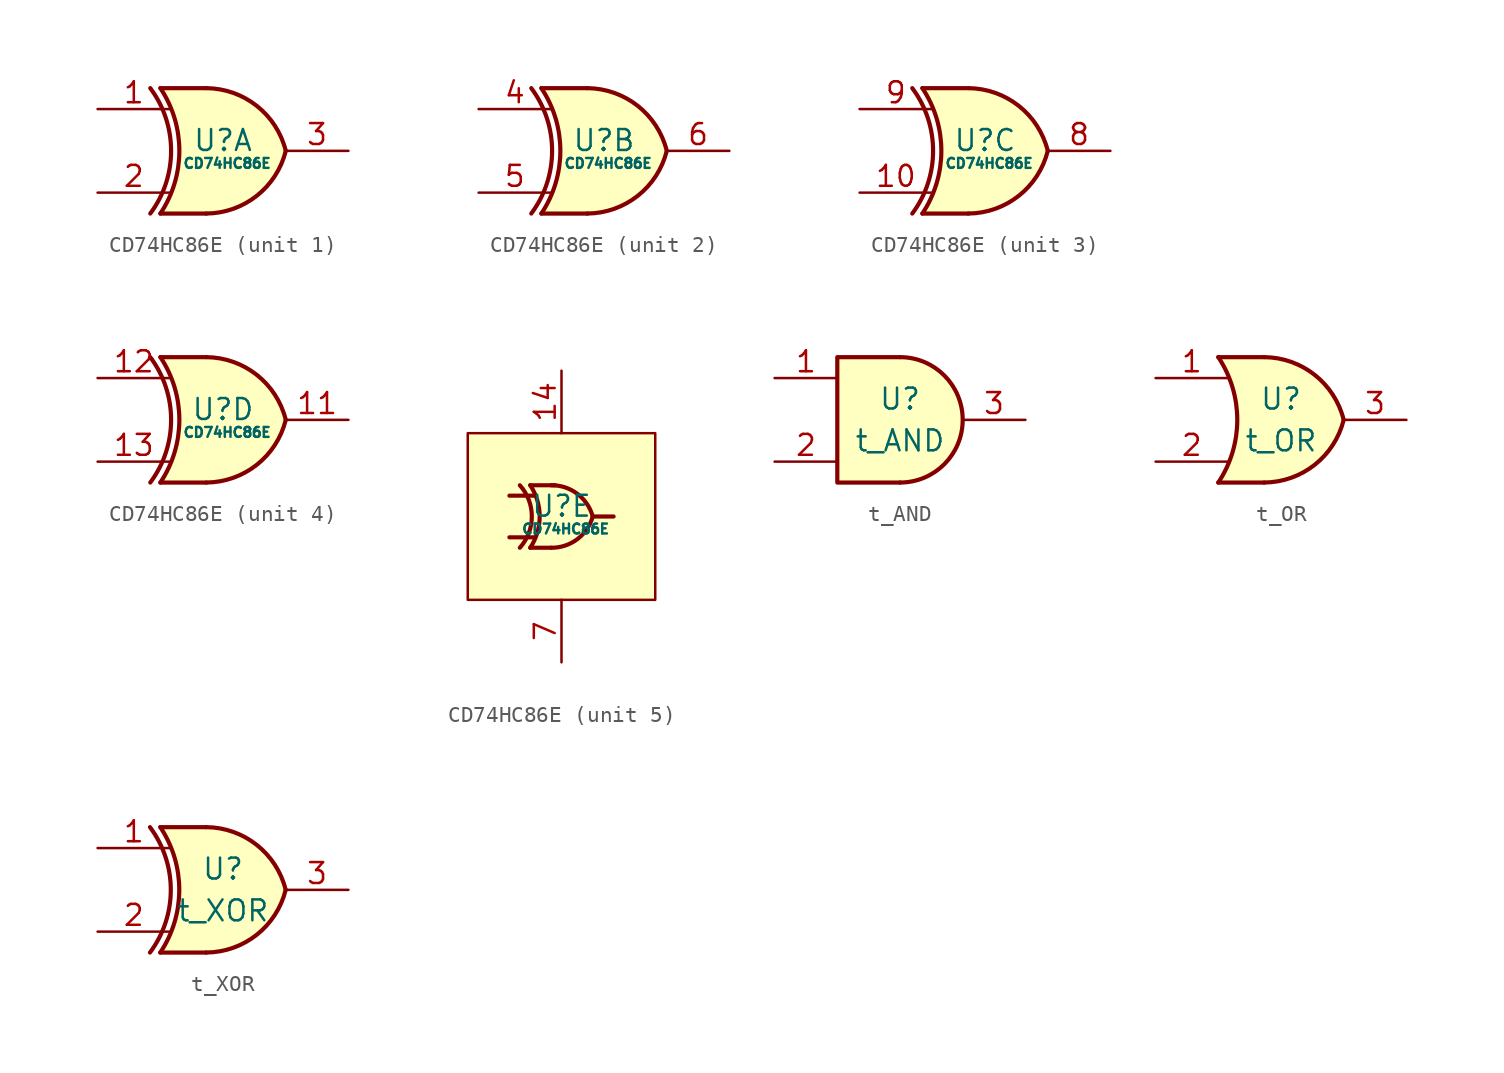
<source format=kicad_sym>
(kicad_symbol_lib
  (version 20220914)
  (generator kicad_symbol_editor)
  (symbol "CD74HC86E"
    (pin_names
      (offset 0) hide)
    (property "Reference" "U"
      (at 0 0.635 0)
      (effects (font (size 1.27 1.27))))
    (property "Value" "CD74HC86E"
      (at 0.254 -0.762 0)
      (effects (font (size 0.6 0.6))))
    (property "ki_locked" ""
      (at 0 0 0)
      (effects (font (size 1.27 1.27))))
    (symbol "CD74HC86E_1_1"
      (arc (start -4.4189 -3.81) (mid -3.1541 0) (end -4.4189 3.81) (stroke (width 0.254) (type default)) (fill (type none)))
      (arc (start -3.8048 -3.81) (mid -2.6521 0) (end -3.8048 3.81) (stroke (width 0.254) (type default)) (fill (type none)))
      (arc (start -1.0169 -3.81) (mid 2.0513 -2.7321) (end 3.8152 0) (stroke (width 0.254) (type default)) (fill (type background)))
      (polyline (pts (xy -3.805 -3.81) (xy -1.011 -3.81)) (stroke (width 0.254) (type default)) (fill (type none)))
      (polyline (pts (xy -1.011 3.81) (xy -3.805 3.81)) (stroke (width 0.254) (type default)) (fill (type none)))
      (polyline (pts (xy -1.011 -3.81) (xy -3.805 -3.81) (xy -3.314 -2.976) (xy -2.947 -2.12) (xy -2.73 -1.101) (xy -2.635 -0.013) (xy -2.757 1.196) (xy -2.934 2.025) (xy -3.301 2.935) (xy -3.805 3.81) (xy -0.99 3.805)) (stroke (width -0.0001) (type default)) (fill (type background)))
      (arc (start 3.8152 0) (mid 2.0544 2.7311) (end -1.0108 3.81) (stroke (width 0.254) (type default)) (fill (type background)))
      (pin input line (at -7.62 2.54 0) (length 4.4) (name "1A" (effects (font (size 1.27 1.27)))) (number "1" (effects (font (size 1.27 1.27)))))
      (pin input line (at -7.62 -2.54 0) (length 4.4) (name "1B" (effects (font (size 1.27 1.27)))) (number "2" (effects (font (size 1.27 1.27)))))
      (pin output line (at 7.62 0 180) (length 3.81) (name "1Y" (effects (font (size 1.27 1.27)))) (number "3" (effects (font (size 1.27 1.27))))))
    (symbol "CD74HC86E_2_0"
      (pin input line (at -7.62 2.54 0) (length 4.4) (name "2A" (effects (font (size 1.27 1.27)))) (number "4" (effects (font (size 1.27 1.27)))))
      (pin input line (at -7.62 -2.54 0) (length 4.4) (name "2B" (effects (font (size 1.27 1.27)))) (number "5" (effects (font (size 1.27 1.27)))))
      (pin output line (at 7.62 0 180) (length 3.81) (name "2Y" (effects (font (size 1.27 1.27)))) (number "6" (effects (font (size 1.27 1.27))))))
    (symbol "CD74HC86E_2_1"
      (arc (start -4.4189 -3.81) (mid -3.1541 0) (end -4.4189 3.81) (stroke (width 0.254) (type default)) (fill (type none)))
      (arc (start -3.8048 -3.81) (mid -2.6521 0) (end -3.8048 3.81) (stroke (width 0.254) (type default)) (fill (type none)))
      (arc (start -1.0169 -3.81) (mid 2.0513 -2.7321) (end 3.8152 0) (stroke (width 0.254) (type default)) (fill (type background)))
      (polyline (pts (xy -3.805 -3.81) (xy -1.011 -3.81)) (stroke (width 0.254) (type default)) (fill (type none)))
      (polyline (pts (xy -1.011 3.81) (xy -3.805 3.81)) (stroke (width 0.254) (type default)) (fill (type none)))
      (polyline (pts (xy -1.011 -3.81) (xy -3.805 -3.81) (xy -3.314 -2.976) (xy -2.947 -2.12) (xy -2.73 -1.101) (xy -2.635 -0.013) (xy -2.757 1.196) (xy -2.934 2.025) (xy -3.301 2.935) (xy -3.805 3.81) (xy -0.99 3.805)) (stroke (width -0.0001) (type default)) (fill (type background)))
      (arc (start 3.8152 0) (mid 2.0544 2.7311) (end -1.0108 3.81) (stroke (width 0.254) (type default)) (fill (type background))))
    (symbol "CD74HC86E_3_0"
      (pin input line (at -7.62 -2.54 0) (length 4.4) (name "3B" (effects (font (size 1.27 1.27)))) (number "10" (effects (font (size 1.27 1.27)))))
      (pin output line (at 7.62 0 180) (length 3.81) (name "3Y" (effects (font (size 1.27 1.27)))) (number "8" (effects (font (size 1.27 1.27)))))
      (pin input line (at -7.62 2.54 0) (length 4.4) (name "3A" (effects (font (size 1.27 1.27)))) (number "9" (effects (font (size 1.27 1.27))))))
    (symbol "CD74HC86E_3_1"
      (arc (start -4.4189 -3.81) (mid -3.1541 0) (end -4.4189 3.81) (stroke (width 0.254) (type default)) (fill (type none)))
      (arc (start -3.8048 -3.81) (mid -2.6521 0) (end -3.8048 3.81) (stroke (width 0.254) (type default)) (fill (type none)))
      (arc (start -1.0169 -3.81) (mid 2.0513 -2.7321) (end 3.8152 0) (stroke (width 0.254) (type default)) (fill (type background)))
      (polyline (pts (xy -3.805 -3.81) (xy -1.011 -3.81)) (stroke (width 0.254) (type default)) (fill (type none)))
      (polyline (pts (xy -1.011 3.81) (xy -3.805 3.81)) (stroke (width 0.254) (type default)) (fill (type none)))
      (polyline (pts (xy -1.011 -3.81) (xy -3.805 -3.81) (xy -3.314 -2.976) (xy -2.947 -2.12) (xy -2.73 -1.101) (xy -2.635 -0.013) (xy -2.757 1.196) (xy -2.934 2.025) (xy -3.301 2.935) (xy -3.805 3.81) (xy -0.99 3.805)) (stroke (width -0.0001) (type default)) (fill (type background)))
      (arc (start 3.8152 0) (mid 2.0544 2.7311) (end -1.0108 3.81) (stroke (width 0.254) (type default)) (fill (type background))))
    (symbol "CD74HC86E_4_0"
      (pin output line (at 7.62 0 180) (length 3.81) (name "4Y" (effects (font (size 1.27 1.27)))) (number "11" (effects (font (size 1.27 1.27)))))
      (pin input line (at -7.62 2.54 0) (length 4.4) (name "4A" (effects (font (size 1.27 1.27)))) (number "12" (effects (font (size 1.27 1.27)))))
      (pin input line (at -7.62 -2.54 0) (length 4.4) (name "4B" (effects (font (size 1.27 1.27)))) (number "13" (effects (font (size 1.27 1.27))))))
    (symbol "CD74HC86E_4_1"
      (arc (start -4.4189 -3.81) (mid -3.1541 0) (end -4.4189 3.81) (stroke (width 0.254) (type default)) (fill (type none)))
      (arc (start -3.8048 -3.81) (mid -2.6521 0) (end -3.8048 3.81) (stroke (width 0.254) (type default)) (fill (type none)))
      (arc (start -1.0169 -3.81) (mid 2.0513 -2.7321) (end 3.8152 0) (stroke (width 0.254) (type default)) (fill (type background)))
      (polyline (pts (xy -3.805 -3.81) (xy -1.011 -3.81)) (stroke (width 0.254) (type default)) (fill (type none)))
      (polyline (pts (xy -1.011 3.81) (xy -3.805 3.81)) (stroke (width 0.254) (type default)) (fill (type none)))
      (polyline (pts (xy -1.011 -3.81) (xy -3.805 -3.81) (xy -3.314 -2.976) (xy -2.947 -2.12) (xy -2.73 -1.101) (xy -2.635 -0.013) (xy -2.757 1.196) (xy -2.934 2.025) (xy -3.301 2.935) (xy -3.805 3.81) (xy -0.99 3.805)) (stroke (width -0.0001) (type default)) (fill (type background)))
      (arc (start 3.8152 0) (mid 2.0544 2.7311) (end -1.0108 3.81) (stroke (width 0.254) (type default)) (fill (type background))))
    (symbol "CD74HC86E_5_0"
      (pin power_in line (at 0 8.89 270) (length 3.81) (name "VCC" (effects (font (size 1.27 1.27)))) (number "14" (effects (font (size 1.27 1.27)))))
      (pin power_in line (at 0 -8.89 90) (length 3.81) (name "GND" (effects (font (size 1.27 1.27)))) (number "7" (effects (font (size 1.27 1.27))))))
    (symbol "CD74HC86E_5_1"
      (rectangle (start -5.715 5.08) (end 5.715 -5.08) (stroke (width 0) (type default)) (fill (type background)))
      (arc (start -2.54 -1.905) (mid -1.8081 0) (end -2.54 1.905) (stroke (width 0.254) (type default)) (fill (type none)))
      (arc (start -1.905 -1.905) (mid -1.3295 0) (end -1.905 1.905) (stroke (width 0.254) (type default)) (fill (type none)))
      (arc (start -0.635 -1.905) (mid 0.96 -1.3859) (end 1.905 0) (stroke (width 0.254) (type default)) (fill (type background)))
      (polyline (pts (xy -1.905 -1.905) (xy -0.635 -1.905)) (stroke (width 0.254) (type default)) (fill (type none)))
      (polyline (pts (xy -1.651 -1.27) (xy -3.175 -1.27)) (stroke (width 0.254) (type default)) (fill (type none)))
      (polyline (pts (xy -1.651 1.27) (xy -3.175 1.27)) (stroke (width 0.254) (type default)) (fill (type none)))
      (polyline (pts (xy -0.376 1.905) (xy -1.905 1.905)) (stroke (width 0.254) (type default)) (fill (type none)))
      (polyline (pts (xy 3.175 0) (xy 1.905 0)) (stroke (width 0.254) (type default)) (fill (type none)))
      (arc (start 1.905 0) (mid 0.9602 1.3861) (end -0.635 1.905) (stroke (width 0.254) (type default)) (fill (type background)))))
  (symbol "t_AND"
    (pin_names
      (offset 1.016))
    (property "Reference" "U"
      (at 0 1.27 0)
      (effects (font (size 1.27 1.27))))
    (property "Value" "t_AND"
      (at 0 -1.27 0)
      (effects (font (size 1.27 1.27))))
    (symbol "t_AND_0_1"
      (pin input line (at -7.62 2.54 0) (length 3.81) (name "" (effects (font (size 1.27 1.27)))) (number "1" (effects (font (size 1.27 1.27)))))
      (pin output line (at 7.62 0 180) (length 3.81) (name "" (effects (font (size 1.27 1.27)))) (number "3" (effects (font (size 1.27 1.27))))))
    (symbol "t_AND_1_1"
      (arc (start 0 -3.81) (mid 3.7934 0) (end 0 3.81) (stroke (width 0.254) (type default)) (fill (type background)))
      (polyline (pts (xy 0 3.81) (xy -3.81 3.81) (xy -3.81 -3.81) (xy 0 -3.81)) (stroke (width 0.254) (type default)) (fill (type background)))
      (pin input line (at -7.62 -2.54 0) (length 3.81) (name "" (effects (font (size 1.27 1.27)))) (number "2" (effects (font (size 1.27 1.27)))))))
  (symbol "t_OR"
    (pin_names
      (offset 1.016))
    (property "Reference" "U"
      (at 0 1.27 0)
      (effects (font (size 1.27 1.27))))
    (property "Value" "t_OR"
      (at 0 -1.27 0)
      (effects (font (size 1.27 1.27))))
    (symbol "t_OR_1_1"
      (arc (start -3.81 -3.81) (mid -2.6573 0) (end -3.81 3.81) (stroke (width 0.254) (type default)) (fill (type none)))
      (arc (start -1.0221 -3.81) (mid 2.0461 -2.7321) (end 3.81 0) (stroke (width 0.254) (type default)) (fill (type background)))
      (polyline (pts (xy -3.81 -3.81) (xy -1.016 -3.81)) (stroke (width 0.254) (type default)) (fill (type none)))
      (polyline (pts (xy -1.016 3.81) (xy -3.81 3.81)) (stroke (width 0.254) (type default)) (fill (type none)))
      (polyline (pts (xy -1.016 -3.81) (xy -3.81 -3.81) (xy -3.319 -2.976) (xy -2.952 -2.12) (xy -2.735 -1.101) (xy -2.64 -0.013) (xy -2.762 1.196) (xy -2.939 2.025) (xy -3.306 2.935) (xy -3.81 3.81) (xy -0.996 3.805)) (stroke (width -0.0001) (type default)) (fill (type background)))
      (arc (start 3.81 0) (mid 2.0492 2.7311) (end -1.016 3.81) (stroke (width 0.254) (type default)) (fill (type background)))
      (pin input line (at -7.62 2.54 0) (length 4.4) (name "" (effects (font (size 1.27 1.27)))) (number "1" (effects (font (size 1.27 1.27)))))
      (pin input line (at -7.62 -2.54 0) (length 4.4) (name "" (effects (font (size 1.27 1.27)))) (number "2" (effects (font (size 1.27 1.27)))))
      (pin output line (at 7.62 0 180) (length 3.81) (name "" (effects (font (size 1.27 1.27)))) (number "3" (effects (font (size 1.27 1.27)))))))
  (symbol "t_XOR"
    (pin_names
      (offset 1.016))
    (property "Reference" "U"
      (at 0 1.27 0)
      (effects (font (size 1.27 1.27))))
    (property "Value" "t_XOR"
      (at 0 -1.27 0)
      (effects (font (size 1.27 1.27))))
    (symbol "t_XOR_1_1"
      (arc (start -4.4376 -3.81) (mid -3.1728 0) (end -4.4376 3.81) (stroke (width 0.254) (type default)) (fill (type none)))
      (arc (start -3.81 -3.81) (mid -2.6573 0) (end -3.81 3.81) (stroke (width 0.254) (type default)) (fill (type none)))
      (arc (start -1.0221 -3.81) (mid 2.0461 -2.7321) (end 3.81 0) (stroke (width 0.254) (type default)) (fill (type background)))
      (polyline (pts (xy -3.81 -3.81) (xy -1.016 -3.81)) (stroke (width 0.254) (type default)) (fill (type none)))
      (polyline (pts (xy -1.016 3.81) (xy -3.81 3.81)) (stroke (width 0.254) (type default)) (fill (type none)))
      (polyline (pts (xy -1.016 -3.81) (xy -3.81 -3.81) (xy -3.319 -2.976) (xy -2.952 -2.12) (xy -2.735 -1.101) (xy -2.64 -0.013) (xy -2.762 1.196) (xy -2.939 2.025) (xy -3.306 2.935) (xy -3.81 3.81) (xy -0.996 3.805)) (stroke (width -0.0001) (type default)) (fill (type background)))
      (arc (start 3.81 0) (mid 2.0492 2.7311) (end -1.016 3.81) (stroke (width 0.254) (type default)) (fill (type background)))
      (pin input line (at -7.62 2.54 0) (length 4.4) (name "" (effects (font (size 1.27 1.27)))) (number "1" (effects (font (size 1.27 1.27)))))
      (pin input line (at -7.62 -2.54 0) (length 4.4) (name "" (effects (font (size 1.27 1.27)))) (number "2" (effects (font (size 1.27 1.27)))))
      (pin output line (at 7.62 0 180) (length 3.81) (name "" (effects (font (size 1.27 1.27)))) (number "3" (effects (font (size 1.27 1.27))))))))
</source>
